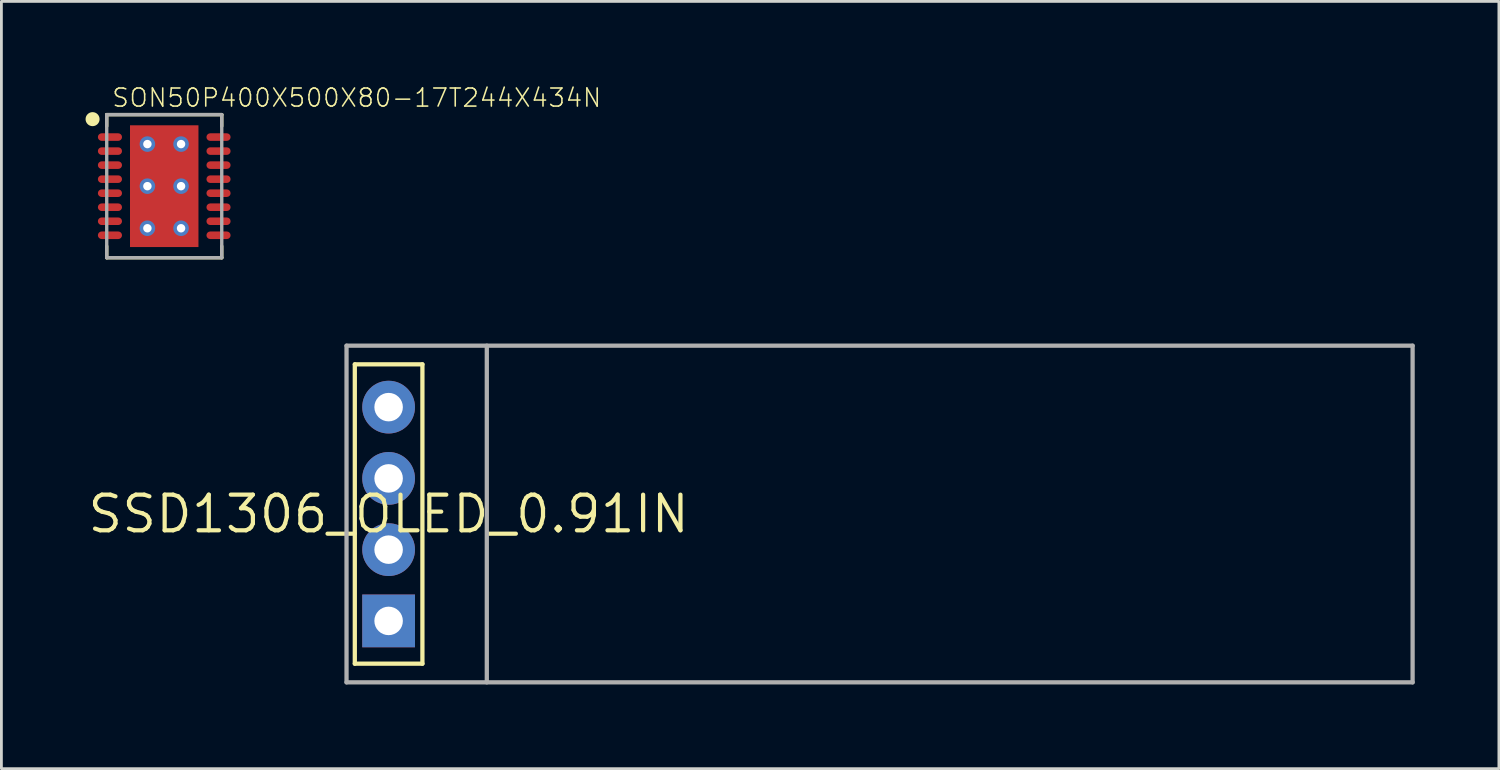
<source format=kicad_pcb>
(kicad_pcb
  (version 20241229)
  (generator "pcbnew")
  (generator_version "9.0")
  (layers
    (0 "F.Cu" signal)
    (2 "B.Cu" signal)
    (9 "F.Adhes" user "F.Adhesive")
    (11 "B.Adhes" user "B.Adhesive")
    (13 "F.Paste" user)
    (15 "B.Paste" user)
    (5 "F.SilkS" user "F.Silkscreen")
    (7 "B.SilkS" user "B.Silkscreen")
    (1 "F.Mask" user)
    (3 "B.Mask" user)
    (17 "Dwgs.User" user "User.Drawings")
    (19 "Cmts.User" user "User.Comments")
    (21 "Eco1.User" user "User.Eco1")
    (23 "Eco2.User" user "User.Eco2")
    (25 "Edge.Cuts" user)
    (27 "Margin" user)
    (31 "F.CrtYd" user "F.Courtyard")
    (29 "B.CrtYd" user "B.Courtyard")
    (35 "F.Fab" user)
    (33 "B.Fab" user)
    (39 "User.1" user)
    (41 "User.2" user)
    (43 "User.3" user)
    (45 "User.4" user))
  (footprint "SSD1306_OLED_0.91IN"
    (layer "F.Cu")
    (at 10.802 15.272)
    (property "Reference" "SSD1306_OLED_0.91IN" (at 0 0 0) (unlocked yes) (layer "F.SilkS") (effects (font (size 1.27 1.27) (thickness 0.15))))
    (fp_line (start -1.205 -5.335) (end 1.205 -5.335) (stroke (width 0.152) (type solid)) (layer "F.SilkS"))
    (fp_line (start -1.205 5.335) (end -1.205 -5.335) (stroke (width 0.152) (type solid)) (layer "F.SilkS"))
    (fp_line (start 1.205 -5.335) (end 1.205 5.335) (stroke (width 0.152) (type solid)) (layer "F.SilkS"))
    (fp_line (start 1.205 5.335) (end -1.205 5.335) (stroke (width 0.152) (type solid)) (layer "F.SilkS"))
    (fp_line (start -1.5 -6) (end 36.5 -6) (stroke (width 0.152) (type solid)) (layer "F.Fab"))
    (fp_line (start -1.5 6) (end -1.5 -6) (stroke (width 0.152) (type solid)) (layer "F.Fab"))
    (fp_line (start 3.5 -6) (end 3.5 6) (stroke (width 0.152) (type solid)) (layer "F.Fab"))
    (fp_line (start 36.5 -6) (end 36.5 6) (stroke (width 0.152) (type solid)) (layer "F.Fab"))
    (fp_line (start 36.5 6) (end -1.5 6) (stroke (width 0.152) (type solid)) (layer "F.Fab"))
    (pad "GND" thru_hole rect (at 0 3.81) (size 1.88 1.88) (drill 1.016) (layers "*.Cu" "*.Mask"))
    (pad "SCK" thru_hole circle (at 0 -1.27) (size 1.88 1.88) (drill 1.016) (layers "*.Cu" "*.Mask"))
    (pad "SDA" thru_hole circle (at 0 -3.81) (size 1.88 1.88) (drill 1.016) (layers "*.Cu" "*.Mask"))
    (pad "VCC" thru_hole circle (at 0 1.27) (size 1.88 1.88) (drill 1.016) (layers "*.Cu" "*.Mask")))
  (footprint "SON50P400X500X80-17T244X434N"
    (layer "F.Cu")
    (at 2.804 3.586)
    (property "Reference" "SON50P400X500X80-17T244X434N" (at -1.9 -2.774 0) (unlocked yes) (layer "F.SilkS") (effects (font (size 0.644 0.644) (thickness 0.056)) (justify left bottom)))
    (fp_line (start -2.05 -2.55) (end 2.05 -2.55) (stroke (width 0.12) (type solid)) (layer "F.SilkS"))
    (fp_line (start -2.05 -2.139) (end -2.05 -2.55) (stroke (width 0.12) (type solid)) (layer "F.SilkS"))
    (fp_line (start -2.05 2.139) (end -2.05 2.55) (stroke (width 0.12) (type solid)) (layer "F.SilkS"))
    (fp_line (start -2.05 2.55) (end 2.05 2.55) (stroke (width 0.12) (type solid)) (layer "F.SilkS"))
    (fp_line (start 2.05 -2.55) (end 2.05 -2.139) (stroke (width 0.12) (type solid)) (layer "F.SilkS"))
    (fp_line (start 2.05 2.55) (end 2.05 2.139) (stroke (width 0.12) (type solid)) (layer "F.SilkS"))
    (fp_circle (center -2.554 -2.389) (end -2.429 -2.389) (stroke (width 0.25) (type solid)) (fill yes) (layer "F.SilkS"))
    (fp_poly (pts (xy -1 -0.1) (xy -0.1 -0.1) (xy -0.1 -2) (xy -1 -2)) (stroke (width 0) (type default)) (fill yes) (layer "F.Paste"))
    (fp_poly (pts (xy -1 2) (xy -0.1 2) (xy -0.1 0.1) (xy -1 0.1)) (stroke (width 0) (type default)) (fill yes) (layer "F.Paste"))
    (fp_poly (pts (xy 0.1 -0.1) (xy 1 -0.1) (xy 1 -2) (xy 0.1 -2)) (stroke (width 0) (type default)) (fill yes) (layer "F.Paste"))
    (fp_poly (pts (xy 0.1 2) (xy 1 2) (xy 1 0.1) (xy 0.1 0.1)) (stroke (width 0) (type default)) (fill yes) (layer "F.Paste"))
    (fp_line (start -2.05 -2.55) (end 2.05 -2.55) (stroke (width 0.12) (type solid)) (layer "F.Fab"))
    (fp_line (start -2.05 2.55) (end -2.05 -2.55) (stroke (width 0.12) (type solid)) (layer "F.Fab"))
    (fp_line (start 2.05 -2.55) (end 2.05 2.55) (stroke (width 0.12) (type solid)) (layer "F.Fab"))
    (fp_line (start 2.05 2.55) (end -2.05 2.55) (stroke (width 0.12) (type solid)) (layer "F.Fab"))
    (pad "1" smd roundrect (at -1.935 -1.75) (size 0.86 0.27) (layers "F.Cu" "F.Mask" "F.Paste") (roundrect_rratio 0.5))
    (pad "2" smd roundrect (at -1.935 -1.25) (size 0.86 0.27) (layers "F.Cu" "F.Mask" "F.Paste") (roundrect_rratio 0.5))
    (pad "3" smd roundrect (at -1.935 -0.75) (size 0.86 0.27) (layers "F.Cu" "F.Mask" "F.Paste") (roundrect_rratio 0.5))
    (pad "4" smd roundrect (at -1.935 -0.25) (size 0.86 0.27) (layers "F.Cu" "F.Mask" "F.Paste") (roundrect_rratio 0.5))
    (pad "5" smd roundrect (at -1.935 0.25) (size 0.86 0.27) (layers "F.Cu" "F.Mask" "F.Paste") (roundrect_rratio 0.5))
    (pad "6" smd roundrect (at -1.935 0.75) (size 0.86 0.27) (layers "F.Cu" "F.Mask" "F.Paste") (roundrect_rratio 0.5))
    (pad "7" smd roundrect (at -1.935 1.25) (size 0.86 0.27) (layers "F.Cu" "F.Mask" "F.Paste") (roundrect_rratio 0.5))
    (pad "8" smd roundrect (at -1.935 1.75) (size 0.86 0.27) (layers "F.Cu" "F.Mask" "F.Paste") (roundrect_rratio 0.5))
    (pad "9" smd roundrect (at 1.935 1.75) (size 0.86 0.27) (layers "F.Cu" "F.Mask" "F.Paste") (roundrect_rratio 0.5))
    (pad "10" smd roundrect (at 1.935 1.25) (size 0.86 0.27) (layers "F.Cu" "F.Mask" "F.Paste") (roundrect_rratio 0.5))
    (pad "11" smd roundrect (at 1.935 0.75) (size 0.86 0.27) (layers "F.Cu" "F.Mask" "F.Paste") (roundrect_rratio 0.5))
    (pad "12" smd roundrect (at 1.935 0.25) (size 0.86 0.27) (layers "F.Cu" "F.Mask" "F.Paste") (roundrect_rratio 0.5))
    (pad "13" smd roundrect (at 1.935 -0.25) (size 0.86 0.27) (layers "F.Cu" "F.Mask" "F.Paste") (roundrect_rratio 0.5))
    (pad "14" smd roundrect (at 1.935 -0.75) (size 0.86 0.27) (layers "F.Cu" "F.Mask" "F.Paste") (roundrect_rratio 0.5))
    (pad "15" smd roundrect (at 1.935 -1.25) (size 0.86 0.27) (layers "F.Cu" "F.Mask" "F.Paste") (roundrect_rratio 0.5))
    (pad "16" smd roundrect (at 1.935 -1.75) (size 0.86 0.27) (layers "F.Cu" "F.Mask" "F.Paste") (roundrect_rratio 0.5))
    (pad "17" smd rect (at 0 0) (size 2.44 4.34) (layers "F.Cu" "F.Mask"))
    (pad "P$1" thru_hole circle (at -0.6 1.5) (size 0.554 0.554) (drill 0.3) (layers "*.Cu" "*.Mask"))
    (pad "P$2" thru_hole circle (at 0.6 1.5) (size 0.554 0.554) (drill 0.3) (layers "*.Cu" "*.Mask"))
    (pad "P$3" thru_hole circle (at 0.6 0) (size 0.554 0.554) (drill 0.3) (layers "*.Cu" "*.Mask"))
    (pad "P$4" thru_hole circle (at -0.6 0) (size 0.554 0.554) (drill 0.3) (layers "*.Cu" "*.Mask"))
    (pad "P$5" thru_hole circle (at -0.6 -1.5) (size 0.554 0.554) (drill 0.3) (layers "*.Cu" "*.Mask"))
    (pad "P$6" thru_hole circle (at 0.6 -1.5) (size 0.554 0.554) (drill 0.3) (layers "*.Cu" "*.Mask")))
  (gr_rect
    (start -3 -3)
    (end 50.378 24.348)
    (stroke (width 0.1) (type default))
    (fill no)
    (layer "Edge.Cuts")))
</source>
